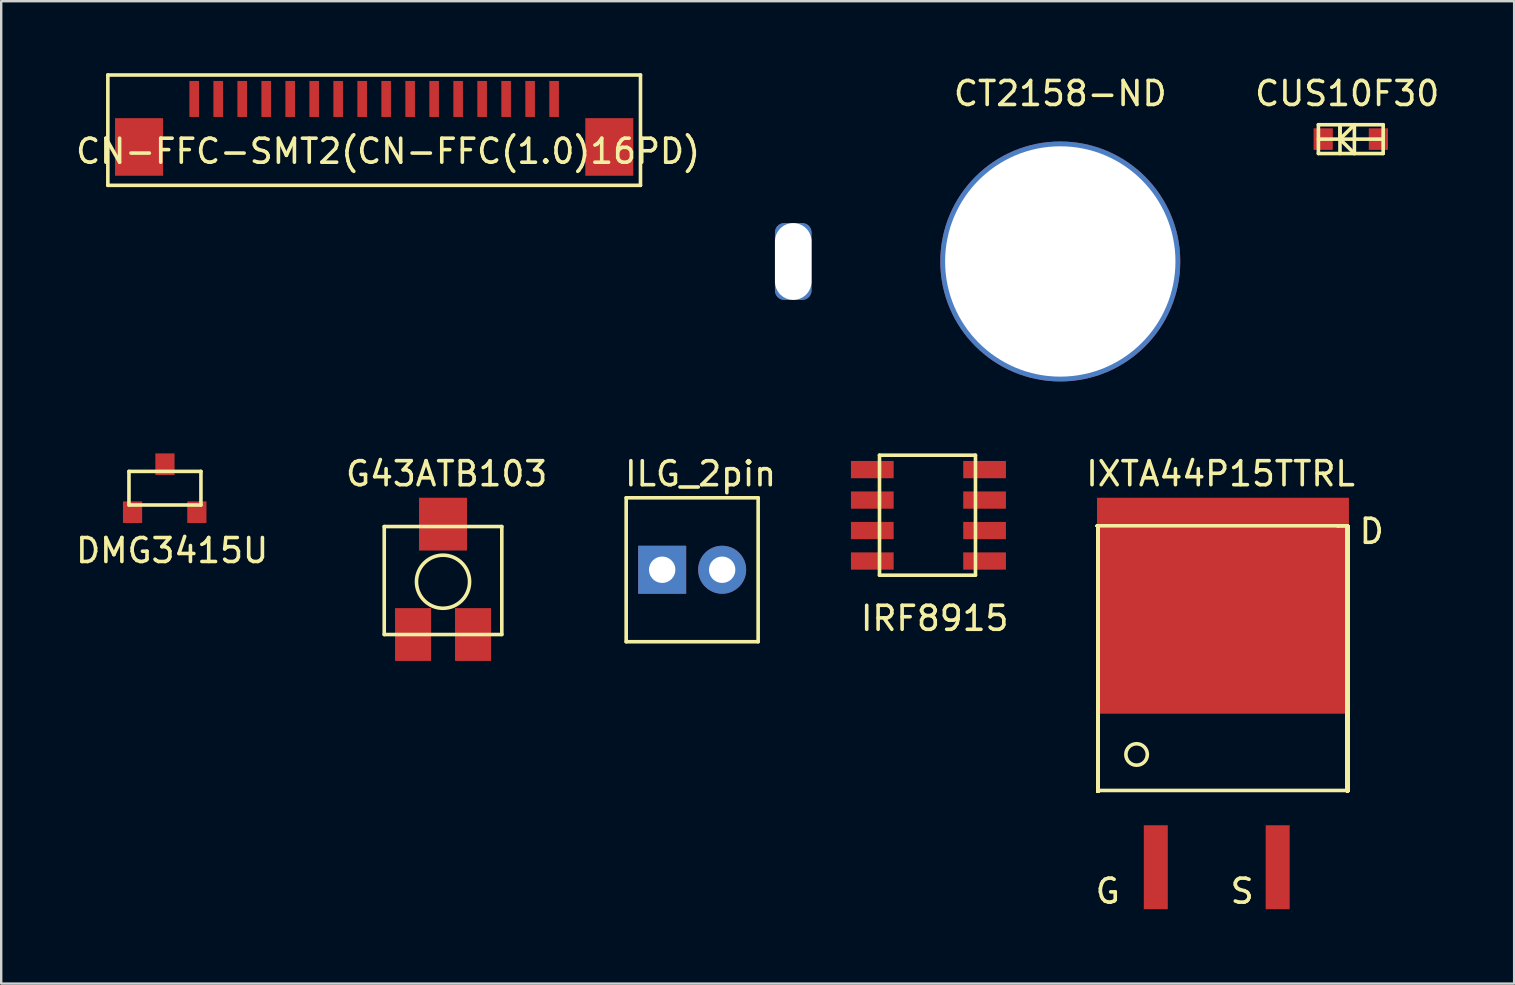
<source format=kicad_pcb>
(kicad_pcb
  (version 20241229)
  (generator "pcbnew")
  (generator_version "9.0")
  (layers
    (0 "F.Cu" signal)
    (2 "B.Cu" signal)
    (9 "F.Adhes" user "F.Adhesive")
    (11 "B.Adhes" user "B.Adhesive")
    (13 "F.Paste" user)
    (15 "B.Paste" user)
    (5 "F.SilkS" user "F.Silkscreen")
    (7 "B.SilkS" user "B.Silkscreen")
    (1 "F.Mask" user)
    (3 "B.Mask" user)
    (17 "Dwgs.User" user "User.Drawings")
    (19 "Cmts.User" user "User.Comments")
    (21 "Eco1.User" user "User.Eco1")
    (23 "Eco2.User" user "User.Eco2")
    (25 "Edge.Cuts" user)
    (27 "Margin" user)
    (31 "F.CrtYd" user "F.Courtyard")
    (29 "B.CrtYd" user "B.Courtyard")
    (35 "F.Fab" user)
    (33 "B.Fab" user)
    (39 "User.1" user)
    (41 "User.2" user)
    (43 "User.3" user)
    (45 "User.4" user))
  (footprint "ILG_2pin"
    (layer "F.Cu")
    (at 24.549 20.697)
    (property "Reference" "ILG_2pin" (at 1.6 -4 0) (layer "F.SilkS") (effects (font (size 1 1) (thickness 0.15))))
    (attr through_hole)
    (fp_line (start -1.5 -3) (end -1.5 3) (stroke (width 0.15) (type solid)) (layer "F.SilkS"))
    (fp_line (start -1.5 -3) (end 4 -3) (stroke (width 0.15) (type solid)) (layer "F.SilkS"))
    (fp_line (start -1.5 3) (end 4 3) (stroke (width 0.15) (type solid)) (layer "F.SilkS"))
    (fp_line (start 4 -3) (end 4 3) (stroke (width 0.15) (type solid)) (layer "F.SilkS"))
    (pad "1" thru_hole rect (at 0 0) (size 2 2) (drill 1.1) (layers "*.Cu" "*.Mask"))
    (pad "2" thru_hole circle (at 2.5 0) (size 2 2) (drill 1.1) (layers "*.Cu" "*.Mask")))
  (footprint "DMG3415U"
    (layer "F.Cu")
    (at 3.825 16.298)
    (property "Reference" "DMG3415U" (at 0.3 3.6 0) (layer "F.SilkS") (effects (font (size 1 1) (thickness 0.15))))
    (attr through_hole)
    (fp_line (start -1.5 0.3) (end 1.5 0.3) (stroke (width 0.15) (type solid)) (layer "F.SilkS"))
    (fp_line (start -1.5 1.7) (end -1.5 0.3) (stroke (width 0.15) (type solid)) (layer "F.SilkS"))
    (fp_line (start 1.5 0.3) (end 1.5 1.7) (stroke (width 0.15) (type solid)) (layer "F.SilkS"))
    (fp_line (start 1.5 1.7) (end -1.5 1.7) (stroke (width 0.15) (type solid)) (layer "F.SilkS"))
    (pad "1" smd rect (at 1.33 2) (size 0.8 0.9) (layers "F.Cu" "F.Mask" "F.Paste"))
    (pad "2" smd rect (at -1.35 2) (size 0.8 0.9) (layers "F.Cu" "F.Mask" "F.Paste"))
    (pad "3" smd rect (at 0 0) (size 0.8 0.9) (layers "F.Cu" "F.Mask" "F.Paste")))
  (footprint "CN-FFC-SMT2(CN-FFC(1.0)16PD)"
    (layer "F.Cu")
    (at 2.045 6.075)
    (property "Reference" "CN-FFC-SMT2(CN-FFC(1.0)16PD)" (at 11.08 -2.82 0) (layer "F.SilkS") (effects (font (size 1 1) (thickness 0.15))))
    (attr through_hole)
    (fp_line (start -0.6 -6) (end 21.6 -6) (stroke (width 0.15) (type solid)) (layer "F.SilkS"))
    (fp_line (start -0.6 -1.4) (end -0.6 -6) (stroke (width 0.15) (type solid)) (layer "F.SilkS"))
    (fp_line (start 21.6 -6) (end 21.6 -1.4) (stroke (width 0.15) (type solid)) (layer "F.SilkS"))
    (fp_line (start 21.6 -1.4) (end -0.6 -1.4) (stroke (width 0.15) (type solid)) (layer "F.SilkS"))
    (pad "" smd rect (at 0.7 -3) (size 2 2.4) (layers "F.Cu" "F.Mask" "F.Paste"))
    (pad "" smd rect (at 20.3 -3) (size 2 2.4) (layers "F.Cu" "F.Mask" "F.Paste"))
    (pad "1" smd rect (at 3 -5) (size 0.4 1.5) (layers "F.Cu" "F.Mask" "F.Paste"))
    (pad "2" smd rect (at 4 -5) (size 0.4 1.5) (layers "F.Cu" "F.Mask" "F.Paste"))
    (pad "3" smd rect (at 5 -5) (size 0.4 1.5) (layers "F.Cu" "F.Mask" "F.Paste"))
    (pad "4" smd rect (at 6 -5) (size 0.4 1.5) (layers "F.Cu" "F.Mask" "F.Paste"))
    (pad "5" smd rect (at 7 -5) (size 0.4 1.5) (layers "F.Cu" "F.Mask" "F.Paste"))
    (pad "6" smd rect (at 8 -5) (size 0.4 1.5) (layers "F.Cu" "F.Mask" "F.Paste"))
    (pad "7" smd rect (at 9 -5) (size 0.4 1.5) (layers "F.Cu" "F.Mask" "F.Paste"))
    (pad "8" smd rect (at 10 -5) (size 0.4 1.5) (layers "F.Cu" "F.Mask" "F.Paste"))
    (pad "9" smd rect (at 11 -5) (size 0.4 1.5) (layers "F.Cu" "F.Mask" "F.Paste"))
    (pad "10" smd rect (at 12 -5) (size 0.4 1.5) (layers "F.Cu" "F.Mask" "F.Paste"))
    (pad "11" smd rect (at 13 -5) (size 0.4 1.5) (layers "F.Cu" "F.Mask" "F.Paste"))
    (pad "12" smd rect (at 14 -5) (size 0.4 1.5) (layers "F.Cu" "F.Mask" "F.Paste"))
    (pad "13" smd rect (at 15 -5) (size 0.4 1.5) (layers "F.Cu" "F.Mask" "F.Paste"))
    (pad "14" smd rect (at 16 -5) (size 0.4 1.5) (layers "F.Cu" "F.Mask" "F.Paste"))
    (pad "15" smd rect (at 17 -5) (size 0.4 1.5) (layers "F.Cu" "F.Mask" "F.Paste"))
    (pad "16" smd rect (at 18 -5) (size 0.4 1.5) (layers "F.Cu" "F.Mask" "F.Paste")))
  (footprint "IRF8915"
    (layer "F.Cu")
    (at 33.307 16.523)
    (property "Reference" "IRF8915" (at 2.6 6.2 0) (layer "F.SilkS") (effects (font (size 1 1) (thickness 0.15))))
    (attr through_hole)
    (fp_line (start 0.3 -0.6) (end 4.3 -0.6) (stroke (width 0.15) (type solid)) (layer "F.SilkS"))
    (fp_line (start 0.3 4.4) (end 0.3 -0.6) (stroke (width 0.15) (type solid)) (layer "F.SilkS"))
    (fp_line (start 4.3 -0.6) (end 4.3 4.4) (stroke (width 0.15) (type solid)) (layer "F.SilkS"))
    (fp_line (start 4.3 4.4) (end 0.3 4.4) (stroke (width 0.15) (type solid)) (layer "F.SilkS"))
    (pad "1" smd rect (at 0 0) (size 1.78 0.72) (layers "F.Cu" "F.Mask" "F.Paste"))
    (pad "2" smd rect (at 0 1.27) (size 1.78 0.72) (layers "F.Cu" "F.Mask" "F.Paste"))
    (pad "3" smd rect (at 0 2.54) (size 1.78 0.72) (layers "F.Cu" "F.Mask" "F.Paste"))
    (pad "4" smd rect (at 0 3.81) (size 1.78 0.72) (layers "F.Cu" "F.Mask" "F.Paste"))
    (pad "5" smd rect (at 4.68 3.81) (size 1.78 0.72) (layers "F.Cu" "F.Mask" "F.Paste"))
    (pad "6" smd rect (at 4.68 2.54) (size 1.78 0.72) (layers "F.Cu" "F.Mask" "F.Paste"))
    (pad "7" smd rect (at 4.68 1.27) (size 1.78 0.72) (layers "F.Cu" "F.Mask" "F.Paste"))
    (pad "8" smd rect (at 4.68 0) (size 1.78 0.72) (layers "F.Cu" "F.Mask" "F.Paste")))
  (footprint "G43ATB103"
    (layer "F.Cu")
    (at 14.165 23.396)
    (property "Reference" "G43ATB103" (at 1.4 -6.7 0) (layer "F.SilkS") (effects (font (size 1 1) (thickness 0.15))))
    (attr through_hole)
    (fp_line (start -1.2 -4.5) (end -1.2 0) (stroke (width 0.15) (type solid)) (layer "F.SilkS"))
    (fp_line (start -1.2 -4.5) (end 3.7 -4.5) (stroke (width 0.15) (type solid)) (layer "F.SilkS"))
    (fp_line (start 3.7 -4.5) (end 3.7 0) (stroke (width 0.15) (type solid)) (layer "F.SilkS"))
    (fp_line (start 3.7 0) (end -1.2 0) (stroke (width 0.15) (type solid)) (layer "F.SilkS"))
    (fp_circle (center 1.25 -2.2) (end 2.3 -1.85) (stroke (width 0.15) (type solid)) (fill no) (layer "F.SilkS"))
    (pad "1" smd rect (at 2.5 0) (size 1.5 2.2) (layers "F.Cu" "F.Mask" "F.Paste"))
    (pad "2" smd rect (at 1.25 -4.6) (size 2 2.2) (layers "F.Cu" "F.Mask" "F.Paste"))
    (pad "3" smd rect (at 0 0) (size 1.5 2.2) (layers "F.Cu" "F.Mask" "F.Paste")))
  (footprint "CUS10F30"
    (layer "F.Cu")
    (at 50.6 4.848)
    (property "Reference" "CUS10F30" (at 2.5 -4 0) (layer "F.SilkS") (effects (font (size 1 1) (thickness 0.15))))
    (attr through_hole)
    (fp_line (start 1.3 -2.7) (end 1.3 -1.5) (stroke (width 0.15) (type solid)) (layer "F.SilkS"))
    (fp_line (start 1.3 -2.1) (end 4 -2.1) (stroke (width 0.15) (type solid)) (layer "F.SilkS"))
    (fp_line (start 1.3 -1.5) (end 4 -1.5) (stroke (width 0.15) (type solid)) (layer "F.SilkS"))
    (fp_line (start 2.2 -2.7) (end 2.2 -1.5) (stroke (width 0.15) (type solid)) (layer "F.SilkS"))
    (fp_line (start 2.2 -2.1) (end 2.2 -2.7) (stroke (width 0.15) (type solid)) (layer "F.SilkS"))
    (fp_line (start 2.2 -2.1) (end 2.8 -1.5) (stroke (width 0.15) (type solid)) (layer "F.SilkS"))
    (fp_line (start 2.8 -2.7) (end 2.2 -2.1) (stroke (width 0.15) (type solid)) (layer "F.SilkS"))
    (fp_line (start 2.8 -1.5) (end 2.8 -2.7) (stroke (width 0.15) (type solid)) (layer "F.SilkS"))
    (fp_line (start 4 -2.7) (end 1.3 -2.7) (stroke (width 0.15) (type solid)) (layer "F.SilkS"))
    (fp_line (start 4 -1.5) (end 4 -2.7) (stroke (width 0.15) (type solid)) (layer "F.SilkS"))
    (pad "1" smd rect (at 1.5 -2.1) (size 0.8 0.9) (layers "F.Cu" "F.Mask" "F.Paste"))
    (pad "2" smd rect (at 3.8 -2.1) (size 0.8 0.9) (layers "F.Cu" "F.Mask" "F.Paste")))
  (footprint "CT2158-ND"
    (layer "F.Cu")
    (at 41.142 7.848)
    (property "Reference" "CT2158-ND" (at 0 -7 0) (layer "F.SilkS") (effects (font (size 1 1) (thickness 0.15))))
    (attr through_hole)
    (pad "1" thru_hole circle (at 0 0) (size 10 10) (drill 9.6) (layers "*.Cu" "*.Mask"))
    (pad "2" thru_hole roundrect (at -11.13 0) (size 1.524 3.2) (drill oval 1.524 3.2) (layers "*.Cu" "*.Mask") (roundrect_rratio 0.25)))
  (footprint "IXTA44P15TTRL"
    (layer "F.Cu")
    (at 45.123 29.096)
    (property "Reference" "IXTA44P15TTRL" (at 2.7 -12.4 0) (layer "F.SilkS") (effects (font (size 1 1) (thickness 0.15))))
    (attr through_hole)
    (fp_line (start -2.43 -10.23) (end -2.42 -10.23) (stroke (width 0.15) (type solid)) (layer "F.SilkS"))
    (fp_line (start -2.43 -10.23) (end -2.42 -10.23) (stroke (width 0.15) (type solid)) (layer "F.SilkS"))
    (fp_line (start -2.43 -10.23) (end -2.42 -10.23) (stroke (width 0.15) (type solid)) (layer "F.SilkS"))
    (fp_line (start -2.43 -10.23) (end -2.42 -10.23) (stroke (width 0.15) (type solid)) (layer "F.SilkS"))
    (fp_line (start -2.43 -10.23) (end -2.42 -10.23) (stroke (width 0.15) (type solid)) (layer "F.SilkS"))
    (fp_line (start -2.43 -10.23) (end -2.42 -10.23) (stroke (width 0.15) (type solid)) (layer "F.SilkS"))
    (fp_line (start -2.43 -10.23) (end -2.42 -10.23) (stroke (width 0.15) (type solid)) (layer "F.SilkS"))
    (fp_line (start -2.43 -10.23) (end -2.42 -10.23) (stroke (width 0.15) (type solid)) (layer "F.SilkS"))
    (fp_line (start -2.43 -10.23) (end -2.42 -10.23) (stroke (width 0.15) (type solid)) (layer "F.SilkS"))
    (fp_line (start -2.43 -10.23) (end -2.42 -10.23) (stroke (width 0.15) (type solid)) (layer "F.SilkS"))
    (fp_line (start -2.43 -10.23) (end -2.42 -10.23) (stroke (width 0.15) (type solid)) (layer "F.SilkS"))
    (fp_line (start -2.43 -10.23) (end -2.42 -10.23) (stroke (width 0.15) (type solid)) (layer "F.SilkS"))
    (fp_line (start -2.43 -10.23) (end -2.42 -10.23) (stroke (width 0.15) (type solid)) (layer "F.SilkS"))
    (fp_line (start -2.43 -10.23) (end -2.42 -10.23) (stroke (width 0.15) (type solid)) (layer "F.SilkS"))
    (fp_line (start -2.43 -10.23) (end -2.42 -10.23) (stroke (width 0.15) (type solid)) (layer "F.SilkS"))
    (fp_line (start -2.43 -10.23) (end -2.42 -10.23) (stroke (width 0.15) (type solid)) (layer "F.SilkS"))
    (fp_line (start -2.41 -10.23) (end 7.59 -10.23) (stroke (width 0.15) (type solid)) (layer "F.SilkS"))
    (fp_line (start -2.41 -10.22) (end -2.41 0.78) (stroke (width 0.15) (type solid)) (layer "F.SilkS"))
    (fp_line (start -2.41 -10.22) (end -2.41 0.78) (stroke (width 0.15) (type solid)) (layer "F.SilkS"))
    (fp_line (start -2.41 -10.22) (end -2.41 0.78) (stroke (width 0.15) (type solid)) (layer "F.SilkS"))
    (fp_line (start -2.41 -10.22) (end -2.41 0.78) (stroke (width 0.15) (type solid)) (layer "F.SilkS"))
    (fp_line (start -2.41 -10.22) (end -2.41 0.78) (stroke (width 0.15) (type solid)) (layer "F.SilkS"))
    (fp_line (start -2.41 -10.22) (end -2.41 0.78) (stroke (width 0.15) (type solid)) (layer "F.SilkS"))
    (fp_line (start -2.41 -10.22) (end -2.41 0.78) (stroke (width 0.15) (type solid)) (layer "F.SilkS"))
    (fp_line (start -2.41 -10.22) (end -2.41 0.78) (stroke (width 0.15) (type solid)) (layer "F.SilkS"))
    (fp_line (start -2.41 -10.22) (end -2.41 0.78) (stroke (width 0.15) (type solid)) (layer "F.SilkS"))
    (fp_line (start -2.41 -10.22) (end -2.41 0.78) (stroke (width 0.15) (type solid)) (layer "F.SilkS"))
    (fp_line (start -2.41 -10.22) (end -2.41 0.78) (stroke (width 0.15) (type solid)) (layer "F.SilkS"))
    (fp_line (start -2.41 -10.22) (end -2.41 0.78) (stroke (width 0.15) (type solid)) (layer "F.SilkS"))
    (fp_line (start -2.41 -10.22) (end -2.41 0.78) (stroke (width 0.15) (type solid)) (layer "F.SilkS"))
    (fp_line (start -2.41 -10.22) (end -2.41 0.78) (stroke (width 0.15) (type solid)) (layer "F.SilkS"))
    (fp_line (start -2.41 -10.22) (end -2.41 0.78) (stroke (width 0.15) (type solid)) (layer "F.SilkS"))
    (fp_line (start -2.41 -10.22) (end -2.41 0.78) (stroke (width 0.15) (type solid)) (layer "F.SilkS"))
    (fp_line (start -2.41 0.78) (end -2.41 0.83) (stroke (width 0.15) (type solid)) (layer "F.SilkS"))
    (fp_line (start -2.41 0.78) (end -2.41 0.83) (stroke (width 0.15) (type solid)) (layer "F.SilkS"))
    (fp_line (start -2.41 0.78) (end -2.41 0.83) (stroke (width 0.15) (type solid)) (layer "F.SilkS"))
    (fp_line (start -2.41 0.78) (end -2.41 0.83) (stroke (width 0.15) (type solid)) (layer "F.SilkS"))
    (fp_line (start -2.41 0.78) (end -2.41 0.83) (stroke (width 0.15) (type solid)) (layer "F.SilkS"))
    (fp_line (start -2.41 0.78) (end -2.41 0.83) (stroke (width 0.15) (type solid)) (layer "F.SilkS"))
    (fp_line (start -2.41 0.78) (end -2.41 0.83) (stroke (width 0.15) (type solid)) (layer "F.SilkS"))
    (fp_line (start -2.41 0.78) (end -2.41 0.83) (stroke (width 0.15) (type solid)) (layer "F.SilkS"))
    (fp_line (start -2.41 0.78) (end -2.41 0.83) (stroke (width 0.15) (type solid)) (layer "F.SilkS"))
    (fp_line (start -2.41 0.78) (end -2.41 0.83) (stroke (width 0.15) (type solid)) (layer "F.SilkS"))
    (fp_line (start -2.41 0.78) (end -2.41 0.83) (stroke (width 0.15) (type solid)) (layer "F.SilkS"))
    (fp_line (start -2.41 0.78) (end -2.41 0.83) (stroke (width 0.15) (type solid)) (layer "F.SilkS"))
    (fp_line (start -2.41 0.78) (end -2.41 0.83) (stroke (width 0.15) (type solid)) (layer "F.SilkS"))
    (fp_line (start -2.41 0.78) (end -2.41 0.83) (stroke (width 0.15) (type solid)) (layer "F.SilkS"))
    (fp_line (start -2.41 0.78) (end -2.41 0.83) (stroke (width 0.15) (type solid)) (layer "F.SilkS"))
    (fp_line (start -2.41 0.78) (end -2.41 0.83) (stroke (width 0.15) (type solid)) (layer "F.SilkS"))
    (fp_line (start 7.59 -10.23) (end 7.99 -10.23) (stroke (width 0.15) (type solid)) (layer "F.SilkS"))
    (fp_line (start 7.59 -10.23) (end 7.99 -10.23) (stroke (width 0.15) (type solid)) (layer "F.SilkS"))
    (fp_line (start 7.97 -10.23) (end 7.98 -10.23) (stroke (width 0.15) (type solid)) (layer "F.SilkS"))
    (fp_line (start 7.97 -10.23) (end 7.98 -10.23) (stroke (width 0.15) (type solid)) (layer "F.SilkS"))
    (fp_line (start 7.97 -10.23) (end 7.98 -10.23) (stroke (width 0.15) (type solid)) (layer "F.SilkS"))
    (fp_line (start 7.97 -10.23) (end 7.98 -10.23) (stroke (width 0.15) (type solid)) (layer "F.SilkS"))
    (fp_line (start 7.97 -10.23) (end 7.98 -10.23) (stroke (width 0.15) (type solid)) (layer "F.SilkS"))
    (fp_line (start 7.97 -10.23) (end 7.98 -10.23) (stroke (width 0.15) (type solid)) (layer "F.SilkS"))
    (fp_line (start 7.97 -10.23) (end 7.98 -10.23) (stroke (width 0.15) (type solid)) (layer "F.SilkS"))
    (fp_line (start 7.97 -10.23) (end 7.98 -10.23) (stroke (width 0.15) (type solid)) (layer "F.SilkS"))
    (fp_line (start 7.97 -10.23) (end 7.98 -10.23) (stroke (width 0.15) (type solid)) (layer "F.SilkS"))
    (fp_line (start 7.97 -10.23) (end 7.98 -10.23) (stroke (width 0.15) (type solid)) (layer "F.SilkS"))
    (fp_line (start 7.97 -10.23) (end 7.98 -10.23) (stroke (width 0.15) (type solid)) (layer "F.SilkS"))
    (fp_line (start 7.97 -10.23) (end 7.98 -10.23) (stroke (width 0.15) (type solid)) (layer "F.SilkS"))
    (fp_line (start 7.97 -10.23) (end 7.98 -10.23) (stroke (width 0.15) (type solid)) (layer "F.SilkS"))
    (fp_line (start 7.97 -10.23) (end 7.98 -10.23) (stroke (width 0.15) (type solid)) (layer "F.SilkS"))
    (fp_line (start 7.97 -10.23) (end 7.98 -10.23) (stroke (width 0.15) (type solid)) (layer "F.SilkS"))
    (fp_line (start 7.97 -10.23) (end 7.98 -10.23) (stroke (width 0.15) (type solid)) (layer "F.SilkS"))
    (fp_line (start 7.99 -10.22) (end 7.99 0.78) (stroke (width 0.15) (type solid)) (layer "F.SilkS"))
    (fp_line (start 7.99 -10.22) (end 7.99 0.78) (stroke (width 0.15) (type solid)) (layer "F.SilkS"))
    (fp_line (start 7.99 -10.22) (end 7.99 0.78) (stroke (width 0.15) (type solid)) (layer "F.SilkS"))
    (fp_line (start 7.99 -10.22) (end 7.99 0.78) (stroke (width 0.15) (type solid)) (layer "F.SilkS"))
    (fp_line (start 7.99 -10.22) (end 7.99 0.78) (stroke (width 0.15) (type solid)) (layer "F.SilkS"))
    (fp_line (start 7.99 -10.22) (end 7.99 0.78) (stroke (width 0.15) (type solid)) (layer "F.SilkS"))
    (fp_line (start 7.99 -10.22) (end 7.99 0.78) (stroke (width 0.15) (type solid)) (layer "F.SilkS"))
    (fp_line (start 7.99 -10.22) (end 7.99 0.78) (stroke (width 0.15) (type solid)) (layer "F.SilkS"))
    (fp_line (start 7.99 -10.22) (end 7.99 0.78) (stroke (width 0.15) (type solid)) (layer "F.SilkS"))
    (fp_line (start 7.99 -10.22) (end 7.99 0.78) (stroke (width 0.15) (type solid)) (layer "F.SilkS"))
    (fp_line (start 7.99 -10.22) (end 7.99 0.78) (stroke (width 0.15) (type solid)) (layer "F.SilkS"))
    (fp_line (start 7.99 -10.22) (end 7.99 0.78) (stroke (width 0.15) (type solid)) (layer "F.SilkS"))
    (fp_line (start 7.99 -10.22) (end 7.99 0.78) (stroke (width 0.15) (type solid)) (layer "F.SilkS"))
    (fp_line (start 7.99 -10.22) (end 7.99 0.78) (stroke (width 0.15) (type solid)) (layer "F.SilkS"))
    (fp_line (start 7.99 -10.22) (end 7.99 0.78) (stroke (width 0.15) (type solid)) (layer "F.SilkS"))
    (fp_line (start 7.99 -10.22) (end 7.99 0.78) (stroke (width 0.15) (type solid)) (layer "F.SilkS"))
    (fp_line (start 7.99 0.78) (end 7.99 0.83) (stroke (width 0.15) (type solid)) (layer "F.SilkS"))
    (fp_line (start 7.99 0.78) (end 7.99 0.83) (stroke (width 0.15) (type solid)) (layer "F.SilkS"))
    (fp_line (start 7.99 0.78) (end 7.99 0.83) (stroke (width 0.15) (type solid)) (layer "F.SilkS"))
    (fp_line (start 7.99 0.78) (end 7.99 0.83) (stroke (width 0.15) (type solid)) (layer "F.SilkS"))
    (fp_line (start 7.99 0.78) (end 7.99 0.83) (stroke (width 0.15) (type solid)) (layer "F.SilkS"))
    (fp_line (start 7.99 0.78) (end 7.99 0.83) (stroke (width 0.15) (type solid)) (layer "F.SilkS"))
    (fp_line (start 7.99 0.78) (end 7.99 0.83) (stroke (width 0.15) (type solid)) (layer "F.SilkS"))
    (fp_line (start 7.99 0.78) (end 7.99 0.83) (stroke (width 0.15) (type solid)) (layer "F.SilkS"))
    (fp_line (start 7.99 0.78) (end 7.99 0.83) (stroke (width 0.15) (type solid)) (layer "F.SilkS"))
    (fp_line (start 7.99 0.78) (end 7.99 0.83) (stroke (width 0.15) (type solid)) (layer "F.SilkS"))
    (fp_line (start 7.99 0.78) (end 7.99 0.83) (stroke (width 0.15) (type solid)) (layer "F.SilkS"))
    (fp_line (start 7.99 0.78) (end 7.99 0.83) (stroke (width 0.15) (type solid)) (layer "F.SilkS"))
    (fp_line (start 7.99 0.78) (end 7.99 0.83) (stroke (width 0.15) (type solid)) (layer "F.SilkS"))
    (fp_line (start 7.99 0.78) (end 7.99 0.83) (stroke (width 0.15) (type solid)) (layer "F.SilkS"))
    (fp_line (start 7.99 0.78) (end 7.99 0.83) (stroke (width 0.15) (type solid)) (layer "F.SilkS"))
    (fp_line (start 7.99 0.78) (end 7.99 0.83) (stroke (width 0.15) (type solid)) (layer "F.SilkS"))
    (fp_line (start 8 0.8) (end -2.4 0.8) (stroke (width 0.15) (type solid)) (layer "F.SilkS"))
    (fp_circle (center -0.8 -0.7) (end -0.6 -0.3) (stroke (width 0.15) (type solid)) (fill no) (layer "F.SilkS"))
    (fp_text user "G" (at -2 5 0) (layer "F.SilkS") (effects (font (size 1 1) (thickness 0.15))))
    (fp_text user "S" (at 3.6 5 0) (layer "F.SilkS") (effects (font (size 1 1) (thickness 0.15))))
    (fp_text user "D" (at 9 -10 0) (layer "F.SilkS") (effects (font (size 1 1) (thickness 0.15))))
    (pad "1" smd rect (at 0 4) (size 1 3.5) (layers "F.Cu" "F.Mask" "F.Paste"))
    (pad "2" smd rect (at 2.8 -6.9) (size 10.5 9) (layers "F.Cu" "F.Mask" "F.Paste"))
    (pad "3" smd rect (at 5.08 4) (size 1 3.5) (layers "F.Cu" "F.Mask" "F.Paste")))
  (gr_rect
    (start -3 -3)
    (end 60.059 37.945)
    (stroke (width 0.1) (type default))
    (fill no)
    (layer "Edge.Cuts")))
</source>
